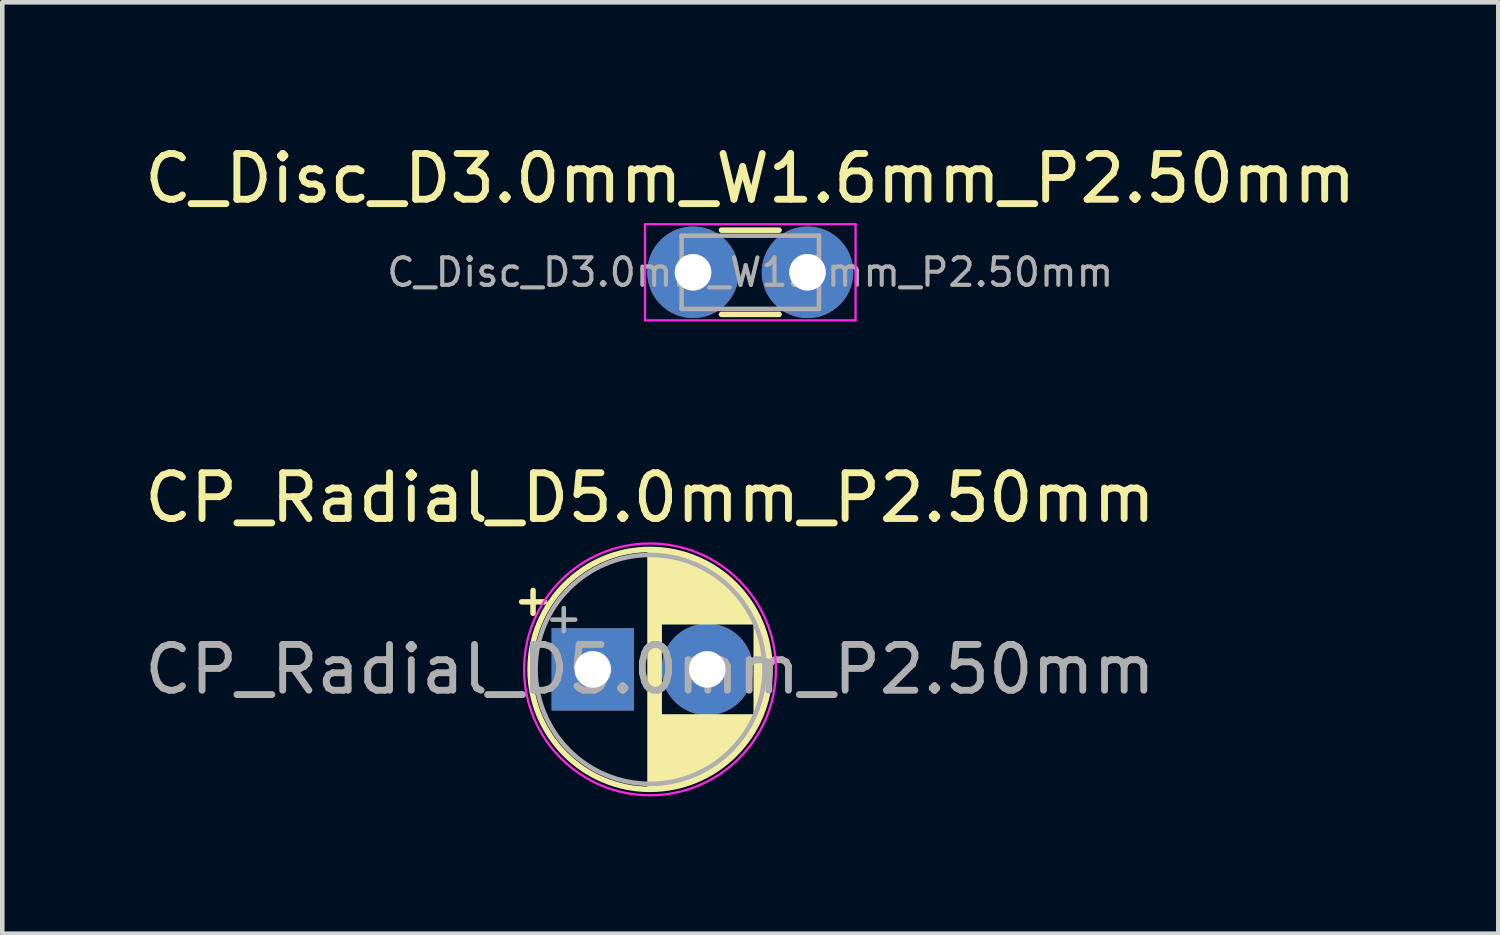
<source format=kicad_pcb>
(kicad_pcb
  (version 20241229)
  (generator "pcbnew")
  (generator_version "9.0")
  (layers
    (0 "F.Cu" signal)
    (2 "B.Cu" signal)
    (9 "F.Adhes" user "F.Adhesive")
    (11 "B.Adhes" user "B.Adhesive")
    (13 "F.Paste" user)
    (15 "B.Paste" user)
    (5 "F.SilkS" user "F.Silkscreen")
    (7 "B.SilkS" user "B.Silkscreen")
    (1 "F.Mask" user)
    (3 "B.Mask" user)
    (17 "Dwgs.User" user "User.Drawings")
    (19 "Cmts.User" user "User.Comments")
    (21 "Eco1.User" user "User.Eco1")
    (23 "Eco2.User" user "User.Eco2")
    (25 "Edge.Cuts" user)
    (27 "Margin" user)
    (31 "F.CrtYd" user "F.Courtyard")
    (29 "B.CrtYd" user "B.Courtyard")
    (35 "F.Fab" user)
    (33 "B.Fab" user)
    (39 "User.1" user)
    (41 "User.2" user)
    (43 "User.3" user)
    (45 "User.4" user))
  (footprint "CP_Radial_D5.0mm_P2.50mm"
    (layer "F.Cu")
    (at 9.899 11.572)
    (property "Reference" "CP_Radial_D5.0mm_P2.50mm" (at 1.25 -3.75 180) (layer "F.SilkS") (effects (font (size 1 1) (thickness 0.15))))
    (attr through_hole)
    (fp_line (start -1.555 -1.475) (end -1.055 -1.475) (stroke (width 0.12) (type solid)) (layer "F.SilkS"))
    (fp_line (start -1.305 -1.725) (end -1.305 -1.225) (stroke (width 0.12) (type solid)) (layer "F.SilkS"))
    (fp_line (start 1.25 -2.58) (end 1.25 2.58) (stroke (width 0.12) (type solid)) (layer "F.SilkS"))
    (fp_line (start 1.29 -2.58) (end 1.29 2.58) (stroke (width 0.12) (type solid)) (layer "F.SilkS"))
    (fp_line (start 1.33 -2.579) (end 1.33 2.579) (stroke (width 0.12) (type solid)) (layer "F.SilkS"))
    (fp_line (start 1.37 -2.578) (end 1.37 2.578) (stroke (width 0.12) (type solid)) (layer "F.SilkS"))
    (fp_line (start 1.41 -2.576) (end 1.41 2.576) (stroke (width 0.12) (type solid)) (layer "F.SilkS"))
    (fp_line (start 1.45 -2.573) (end 1.45 2.573) (stroke (width 0.12) (type solid)) (layer "F.SilkS"))
    (fp_line (start 1.49 -2.569) (end 1.49 -1.04) (stroke (width 0.12) (type solid)) (layer "F.SilkS"))
    (fp_line (start 1.49 1.04) (end 1.49 2.569) (stroke (width 0.12) (type solid)) (layer "F.SilkS"))
    (fp_line (start 1.53 -2.565) (end 1.53 -1.04) (stroke (width 0.12) (type solid)) (layer "F.SilkS"))
    (fp_line (start 1.53 1.04) (end 1.53 2.565) (stroke (width 0.12) (type solid)) (layer "F.SilkS"))
    (fp_line (start 1.57 -2.561) (end 1.57 -1.04) (stroke (width 0.12) (type solid)) (layer "F.SilkS"))
    (fp_line (start 1.57 1.04) (end 1.57 2.561) (stroke (width 0.12) (type solid)) (layer "F.SilkS"))
    (fp_line (start 1.61 -2.556) (end 1.61 -1.04) (stroke (width 0.12) (type solid)) (layer "F.SilkS"))
    (fp_line (start 1.61 1.04) (end 1.61 2.556) (stroke (width 0.12) (type solid)) (layer "F.SilkS"))
    (fp_line (start 1.65 -2.55) (end 1.65 -1.04) (stroke (width 0.12) (type solid)) (layer "F.SilkS"))
    (fp_line (start 1.65 1.04) (end 1.65 2.55) (stroke (width 0.12) (type solid)) (layer "F.SilkS"))
    (fp_line (start 1.69 -2.543) (end 1.69 -1.04) (stroke (width 0.12) (type solid)) (layer "F.SilkS"))
    (fp_line (start 1.69 1.04) (end 1.69 2.543) (stroke (width 0.12) (type solid)) (layer "F.SilkS"))
    (fp_line (start 1.73 -2.536) (end 1.73 -1.04) (stroke (width 0.12) (type solid)) (layer "F.SilkS"))
    (fp_line (start 1.73 1.04) (end 1.73 2.536) (stroke (width 0.12) (type solid)) (layer "F.SilkS"))
    (fp_line (start 1.77 -2.528) (end 1.77 -1.04) (stroke (width 0.12) (type solid)) (layer "F.SilkS"))
    (fp_line (start 1.77 1.04) (end 1.77 2.528) (stroke (width 0.12) (type solid)) (layer "F.SilkS"))
    (fp_line (start 1.81 -2.52) (end 1.81 -1.04) (stroke (width 0.12) (type solid)) (layer "F.SilkS"))
    (fp_line (start 1.81 1.04) (end 1.81 2.52) (stroke (width 0.12) (type solid)) (layer "F.SilkS"))
    (fp_line (start 1.85 -2.511) (end 1.85 -1.04) (stroke (width 0.12) (type solid)) (layer "F.SilkS"))
    (fp_line (start 1.85 1.04) (end 1.85 2.511) (stroke (width 0.12) (type solid)) (layer "F.SilkS"))
    (fp_line (start 1.89 -2.501) (end 1.89 -1.04) (stroke (width 0.12) (type solid)) (layer "F.SilkS"))
    (fp_line (start 1.89 1.04) (end 1.89 2.501) (stroke (width 0.12) (type solid)) (layer "F.SilkS"))
    (fp_line (start 1.93 -2.491) (end 1.93 -1.04) (stroke (width 0.12) (type solid)) (layer "F.SilkS"))
    (fp_line (start 1.93 1.04) (end 1.93 2.491) (stroke (width 0.12) (type solid)) (layer "F.SilkS"))
    (fp_line (start 1.971 -2.48) (end 1.971 -1.04) (stroke (width 0.12) (type solid)) (layer "F.SilkS"))
    (fp_line (start 1.971 1.04) (end 1.971 2.48) (stroke (width 0.12) (type solid)) (layer "F.SilkS"))
    (fp_line (start 2.011 -2.468) (end 2.011 -1.04) (stroke (width 0.12) (type solid)) (layer "F.SilkS"))
    (fp_line (start 2.011 1.04) (end 2.011 2.468) (stroke (width 0.12) (type solid)) (layer "F.SilkS"))
    (fp_line (start 2.051 -2.455) (end 2.051 -1.04) (stroke (width 0.12) (type solid)) (layer "F.SilkS"))
    (fp_line (start 2.051 1.04) (end 2.051 2.455) (stroke (width 0.12) (type solid)) (layer "F.SilkS"))
    (fp_line (start 2.091 -2.442) (end 2.091 -1.04) (stroke (width 0.12) (type solid)) (layer "F.SilkS"))
    (fp_line (start 2.091 1.04) (end 2.091 2.442) (stroke (width 0.12) (type solid)) (layer "F.SilkS"))
    (fp_line (start 2.131 -2.428) (end 2.131 -1.04) (stroke (width 0.12) (type solid)) (layer "F.SilkS"))
    (fp_line (start 2.131 1.04) (end 2.131 2.428) (stroke (width 0.12) (type solid)) (layer "F.SilkS"))
    (fp_line (start 2.171 -2.414) (end 2.171 -1.04) (stroke (width 0.12) (type solid)) (layer "F.SilkS"))
    (fp_line (start 2.171 1.04) (end 2.171 2.414) (stroke (width 0.12) (type solid)) (layer "F.SilkS"))
    (fp_line (start 2.211 -2.398) (end 2.211 -1.04) (stroke (width 0.12) (type solid)) (layer "F.SilkS"))
    (fp_line (start 2.211 1.04) (end 2.211 2.398) (stroke (width 0.12) (type solid)) (layer "F.SilkS"))
    (fp_line (start 2.251 -2.382) (end 2.251 -1.04) (stroke (width 0.12) (type solid)) (layer "F.SilkS"))
    (fp_line (start 2.251 1.04) (end 2.251 2.382) (stroke (width 0.12) (type solid)) (layer "F.SilkS"))
    (fp_line (start 2.291 -2.365) (end 2.291 -1.04) (stroke (width 0.12) (type solid)) (layer "F.SilkS"))
    (fp_line (start 2.291 1.04) (end 2.291 2.365) (stroke (width 0.12) (type solid)) (layer "F.SilkS"))
    (fp_line (start 2.331 -2.348) (end 2.331 -1.04) (stroke (width 0.12) (type solid)) (layer "F.SilkS"))
    (fp_line (start 2.331 1.04) (end 2.331 2.348) (stroke (width 0.12) (type solid)) (layer "F.SilkS"))
    (fp_line (start 2.371 -2.329) (end 2.371 -1.04) (stroke (width 0.12) (type solid)) (layer "F.SilkS"))
    (fp_line (start 2.371 1.04) (end 2.371 2.329) (stroke (width 0.12) (type solid)) (layer "F.SilkS"))
    (fp_line (start 2.411 -2.31) (end 2.411 -1.04) (stroke (width 0.12) (type solid)) (layer "F.SilkS"))
    (fp_line (start 2.411 1.04) (end 2.411 2.31) (stroke (width 0.12) (type solid)) (layer "F.SilkS"))
    (fp_line (start 2.451 -2.29) (end 2.451 -1.04) (stroke (width 0.12) (type solid)) (layer "F.SilkS"))
    (fp_line (start 2.451 1.04) (end 2.451 2.29) (stroke (width 0.12) (type solid)) (layer "F.SilkS"))
    (fp_line (start 2.491 -2.268) (end 2.491 -1.04) (stroke (width 0.12) (type solid)) (layer "F.SilkS"))
    (fp_line (start 2.491 1.04) (end 2.491 2.268) (stroke (width 0.12) (type solid)) (layer "F.SilkS"))
    (fp_line (start 2.531 -2.247) (end 2.531 -1.04) (stroke (width 0.12) (type solid)) (layer "F.SilkS"))
    (fp_line (start 2.531 1.04) (end 2.531 2.247) (stroke (width 0.12) (type solid)) (layer "F.SilkS"))
    (fp_line (start 2.571 -2.224) (end 2.571 -1.04) (stroke (width 0.12) (type solid)) (layer "F.SilkS"))
    (fp_line (start 2.571 1.04) (end 2.571 2.224) (stroke (width 0.12) (type solid)) (layer "F.SilkS"))
    (fp_line (start 2.611 -2.2) (end 2.611 -1.04) (stroke (width 0.12) (type solid)) (layer "F.SilkS"))
    (fp_line (start 2.611 1.04) (end 2.611 2.2) (stroke (width 0.12) (type solid)) (layer "F.SilkS"))
    (fp_line (start 2.651 -2.175) (end 2.651 -1.04) (stroke (width 0.12) (type solid)) (layer "F.SilkS"))
    (fp_line (start 2.651 1.04) (end 2.651 2.175) (stroke (width 0.12) (type solid)) (layer "F.SilkS"))
    (fp_line (start 2.691 -2.149) (end 2.691 -1.04) (stroke (width 0.12) (type solid)) (layer "F.SilkS"))
    (fp_line (start 2.691 1.04) (end 2.691 2.149) (stroke (width 0.12) (type solid)) (layer "F.SilkS"))
    (fp_line (start 2.731 -2.122) (end 2.731 -1.04) (stroke (width 0.12) (type solid)) (layer "F.SilkS"))
    (fp_line (start 2.731 1.04) (end 2.731 2.122) (stroke (width 0.12) (type solid)) (layer "F.SilkS"))
    (fp_line (start 2.771 -2.095) (end 2.771 -1.04) (stroke (width 0.12) (type solid)) (layer "F.SilkS"))
    (fp_line (start 2.771 1.04) (end 2.771 2.095) (stroke (width 0.12) (type solid)) (layer "F.SilkS"))
    (fp_line (start 2.811 -2.065) (end 2.811 -1.04) (stroke (width 0.12) (type solid)) (layer "F.SilkS"))
    (fp_line (start 2.811 1.04) (end 2.811 2.065) (stroke (width 0.12) (type solid)) (layer "F.SilkS"))
    (fp_line (start 2.851 -2.035) (end 2.851 -1.04) (stroke (width 0.12) (type solid)) (layer "F.SilkS"))
    (fp_line (start 2.851 1.04) (end 2.851 2.035) (stroke (width 0.12) (type solid)) (layer "F.SilkS"))
    (fp_line (start 2.891 -2.004) (end 2.891 -1.04) (stroke (width 0.12) (type solid)) (layer "F.SilkS"))
    (fp_line (start 2.891 1.04) (end 2.891 2.004) (stroke (width 0.12) (type solid)) (layer "F.SilkS"))
    (fp_line (start 2.931 -1.971) (end 2.931 -1.04) (stroke (width 0.12) (type solid)) (layer "F.SilkS"))
    (fp_line (start 2.931 1.04) (end 2.931 1.971) (stroke (width 0.12) (type solid)) (layer "F.SilkS"))
    (fp_line (start 2.971 -1.937) (end 2.971 -1.04) (stroke (width 0.12) (type solid)) (layer "F.SilkS"))
    (fp_line (start 2.971 1.04) (end 2.971 1.937) (stroke (width 0.12) (type solid)) (layer "F.SilkS"))
    (fp_line (start 3.011 -1.901) (end 3.011 -1.04) (stroke (width 0.12) (type solid)) (layer "F.SilkS"))
    (fp_line (start 3.011 1.04) (end 3.011 1.901) (stroke (width 0.12) (type solid)) (layer "F.SilkS"))
    (fp_line (start 3.051 -1.864) (end 3.051 -1.04) (stroke (width 0.12) (type solid)) (layer "F.SilkS"))
    (fp_line (start 3.051 1.04) (end 3.051 1.864) (stroke (width 0.12) (type solid)) (layer "F.SilkS"))
    (fp_line (start 3.091 -1.826) (end 3.091 -1.04) (stroke (width 0.12) (type solid)) (layer "F.SilkS"))
    (fp_line (start 3.091 1.04) (end 3.091 1.826) (stroke (width 0.12) (type solid)) (layer "F.SilkS"))
    (fp_line (start 3.131 -1.785) (end 3.131 -1.04) (stroke (width 0.12) (type solid)) (layer "F.SilkS"))
    (fp_line (start 3.131 1.04) (end 3.131 1.785) (stroke (width 0.12) (type solid)) (layer "F.SilkS"))
    (fp_line (start 3.171 -1.743) (end 3.171 -1.04) (stroke (width 0.12) (type solid)) (layer "F.SilkS"))
    (fp_line (start 3.171 1.04) (end 3.171 1.743) (stroke (width 0.12) (type solid)) (layer "F.SilkS"))
    (fp_line (start 3.211 -1.699) (end 3.211 -1.04) (stroke (width 0.12) (type solid)) (layer "F.SilkS"))
    (fp_line (start 3.211 1.04) (end 3.211 1.699) (stroke (width 0.12) (type solid)) (layer "F.SilkS"))
    (fp_line (start 3.251 -1.653) (end 3.251 -1.04) (stroke (width 0.12) (type solid)) (layer "F.SilkS"))
    (fp_line (start 3.251 1.04) (end 3.251 1.653) (stroke (width 0.12) (type solid)) (layer "F.SilkS"))
    (fp_line (start 3.291 -1.605) (end 3.291 -1.04) (stroke (width 0.12) (type solid)) (layer "F.SilkS"))
    (fp_line (start 3.291 1.04) (end 3.291 1.605) (stroke (width 0.12) (type solid)) (layer "F.SilkS"))
    (fp_line (start 3.331 -1.554) (end 3.331 -1.04) (stroke (width 0.12) (type solid)) (layer "F.SilkS"))
    (fp_line (start 3.331 1.04) (end 3.331 1.554) (stroke (width 0.12) (type solid)) (layer "F.SilkS"))
    (fp_line (start 3.371 -1.5) (end 3.371 -1.04) (stroke (width 0.12) (type solid)) (layer "F.SilkS"))
    (fp_line (start 3.371 1.04) (end 3.371 1.5) (stroke (width 0.12) (type solid)) (layer "F.SilkS"))
    (fp_line (start 3.411 -1.443) (end 3.411 -1.04) (stroke (width 0.12) (type solid)) (layer "F.SilkS"))
    (fp_line (start 3.411 1.04) (end 3.411 1.443) (stroke (width 0.12) (type solid)) (layer "F.SilkS"))
    (fp_line (start 3.451 -1.383) (end 3.451 -1.04) (stroke (width 0.12) (type solid)) (layer "F.SilkS"))
    (fp_line (start 3.451 1.04) (end 3.451 1.383) (stroke (width 0.12) (type solid)) (layer "F.SilkS"))
    (fp_line (start 3.491 -1.319) (end 3.491 -1.04) (stroke (width 0.12) (type solid)) (layer "F.SilkS"))
    (fp_line (start 3.491 1.04) (end 3.491 1.319) (stroke (width 0.12) (type solid)) (layer "F.SilkS"))
    (fp_line (start 3.531 -1.251) (end 3.531 -1.04) (stroke (width 0.12) (type solid)) (layer "F.SilkS"))
    (fp_line (start 3.531 1.04) (end 3.531 1.251) (stroke (width 0.12) (type solid)) (layer "F.SilkS"))
    (fp_line (start 3.571 -1.178) (end 3.571 1.178) (stroke (width 0.12) (type solid)) (layer "F.SilkS"))
    (fp_line (start 3.611 -1.098) (end 3.611 1.098) (stroke (width 0.12) (type solid)) (layer "F.SilkS"))
    (fp_line (start 3.651 -1.011) (end 3.651 1.011) (stroke (width 0.12) (type solid)) (layer "F.SilkS"))
    (fp_line (start 3.691 -0.915) (end 3.691 0.915) (stroke (width 0.12) (type solid)) (layer "F.SilkS"))
    (fp_line (start 3.731 -0.805) (end 3.731 0.805) (stroke (width 0.12) (type solid)) (layer "F.SilkS"))
    (fp_line (start 3.771 -0.677) (end 3.771 0.677) (stroke (width 0.12) (type solid)) (layer "F.SilkS"))
    (fp_line (start 3.811 -0.518) (end 3.811 0.518) (stroke (width 0.12) (type solid)) (layer "F.SilkS"))
    (fp_line (start 3.851 -0.284) (end 3.851 0.284) (stroke (width 0.12) (type solid)) (layer "F.SilkS"))
    (fp_circle (center 1.25 0) (end 3.87 0) (stroke (width 0.12) (type solid)) (fill no) (layer "F.SilkS"))
    (fp_circle (center 1.25 0) (end 4 0) (stroke (width 0.05) (type solid)) (fill no) (layer "F.CrtYd"))
    (fp_line (start -0.884 -1.087) (end -0.384 -1.087) (stroke (width 0.1) (type solid)) (layer "F.Fab"))
    (fp_line (start -0.634 -1.337) (end -0.634 -0.838) (stroke (width 0.1) (type solid)) (layer "F.Fab"))
    (fp_circle (center 1.25 0) (end 3.75 0) (stroke (width 0.1) (type solid)) (fill no) (layer "F.Fab"))
    (fp_text user "${REFERENCE}" (at 1.25 0 180) (layer "F.Fab") (effects (font (size 1 1) (thickness 0.15))))
    (pad "1" thru_hole rect (at 0 0) (size 1.8 1.8) (drill 0.8) (layers "*.Cu" "*.Mask"))
    (pad "2" thru_hole circle (at 2.5 0) (size 2 2) (drill 0.8) (layers "*.Cu" "*.Mask")))
  (footprint "C_Disc_D3.0mm_W1.6mm_P2.50mm"
    (layer "F.Cu")
    (at 12.089 2.898)
    (property "Reference" "C_Disc_D3.0mm_W1.6mm_P2.50mm" (at 1.25 -2.05 0) (layer "F.SilkS") (effects (font (size 1 1) (thickness 0.15))))
    (attr through_hole)
    (fp_line (start 0.621 -0.92) (end 1.879 -0.92) (stroke (width 0.12) (type solid)) (layer "F.SilkS"))
    (fp_line (start 0.621 0.92) (end 1.879 0.92) (stroke (width 0.12) (type solid)) (layer "F.SilkS"))
    (fp_line (start -1.05 -1.05) (end -1.05 1.05) (stroke (width 0.05) (type solid)) (layer "F.CrtYd"))
    (fp_line (start -1.05 1.05) (end 3.55 1.05) (stroke (width 0.05) (type solid)) (layer "F.CrtYd"))
    (fp_line (start 3.55 -1.05) (end -1.05 -1.05) (stroke (width 0.05) (type solid)) (layer "F.CrtYd"))
    (fp_line (start 3.55 1.05) (end 3.55 -1.05) (stroke (width 0.05) (type solid)) (layer "F.CrtYd"))
    (fp_line (start -0.25 -0.8) (end -0.25 0.8) (stroke (width 0.1) (type solid)) (layer "F.Fab"))
    (fp_line (start -0.25 0.8) (end 2.75 0.8) (stroke (width 0.1) (type solid)) (layer "F.Fab"))
    (fp_line (start 2.75 -0.8) (end -0.25 -0.8) (stroke (width 0.1) (type solid)) (layer "F.Fab"))
    (fp_line (start 2.75 0.8) (end 2.75 -0.8) (stroke (width 0.1) (type solid)) (layer "F.Fab"))
    (fp_text user "${REFERENCE}" (at 1.25 0 0) (layer "F.Fab") (effects (font (size 0.6 0.6) (thickness 0.09))))
    (pad "1" thru_hole circle (at 0 0) (size 2 2) (drill 0.8) (layers "*.Cu" "*.Mask"))
    (pad "2" thru_hole circle (at 2.5 0) (size 2 2) (drill 0.8) (layers "*.Cu" "*.Mask")))
  (gr_rect
    (start -3 -3)
    (end 29.679 17.346)
    (stroke (width 0.1) (type default))
    (fill no)
    (layer "Edge.Cuts")))
</source>
